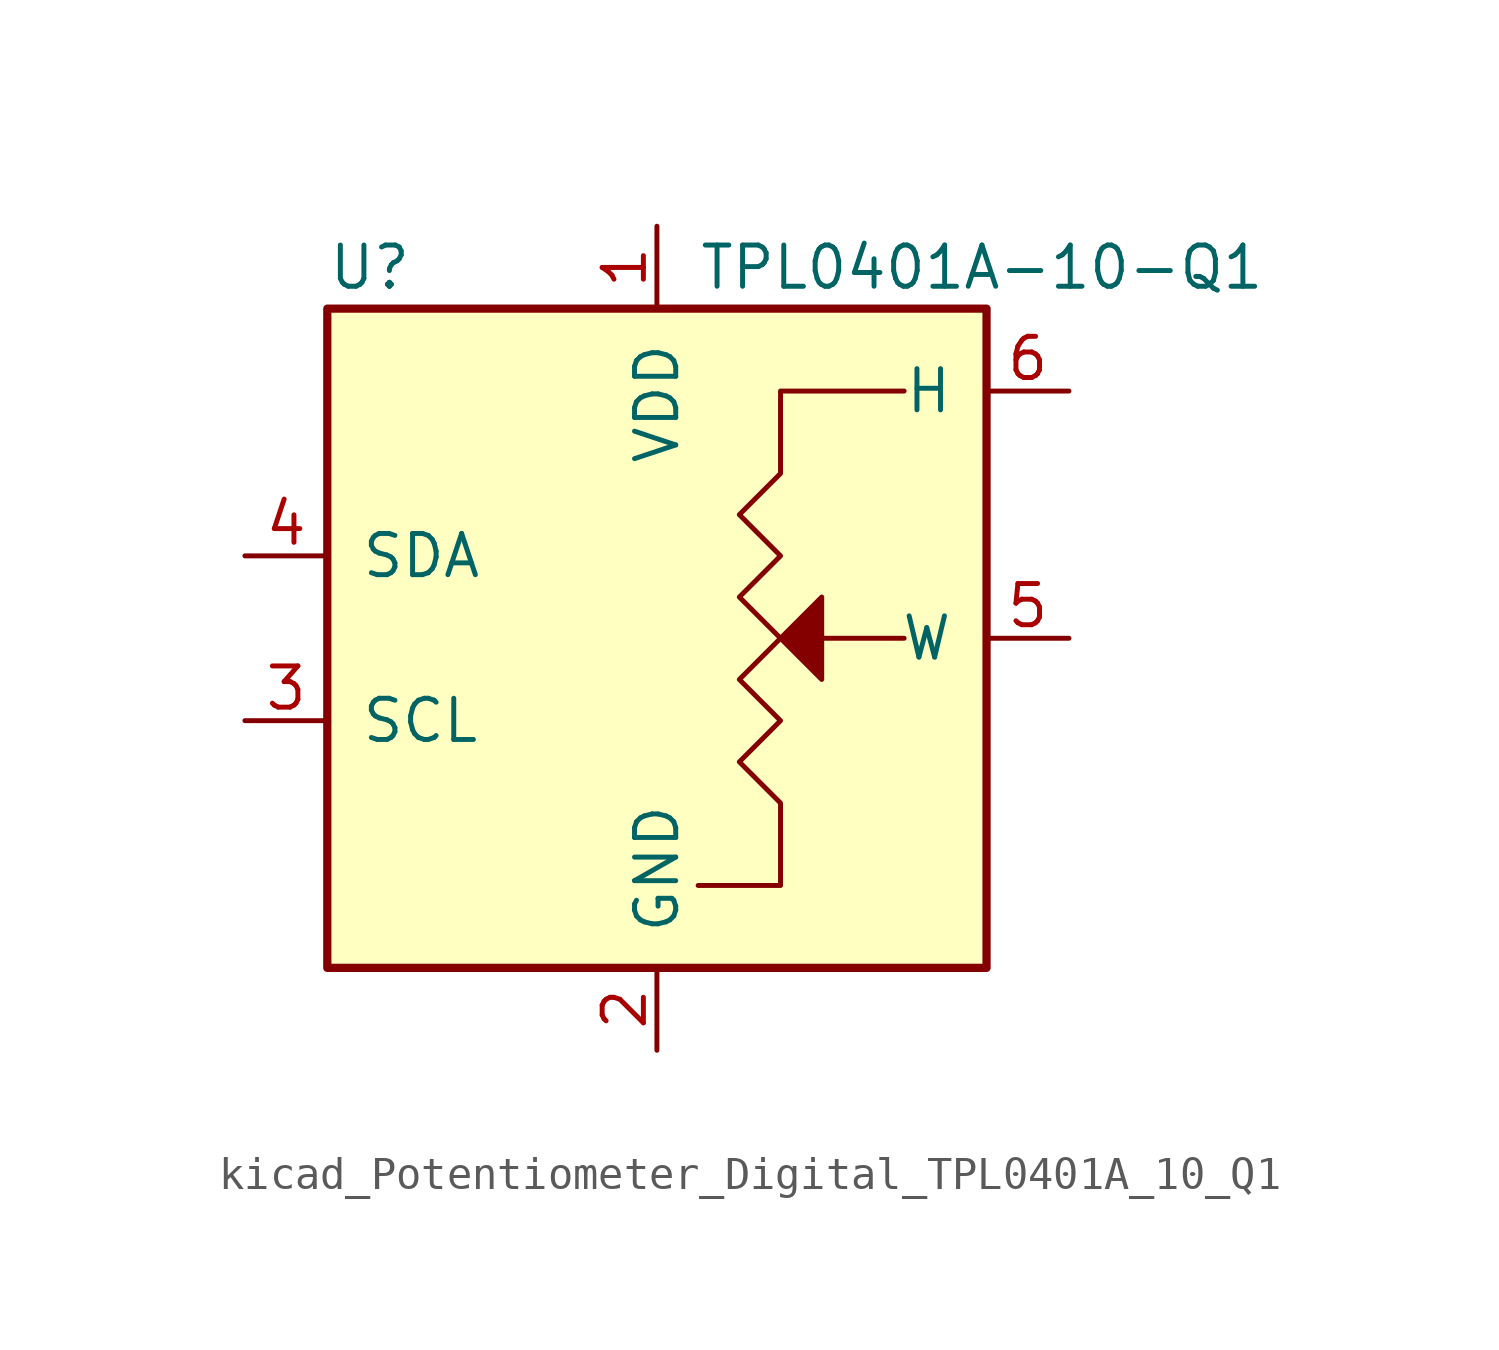
<source format=kicad_sym>
(kicad_symbol_lib
  (version 20220914)
  (generator kicad_symbol_editor)
  (symbol "kicad_Potentiometer_Digital_TPL0401A_10_Q1"
    (pin_names
      (offset 1.016))
    (property "Reference" "U"
      (at -10.16 11.43 0)
      (effects (font (size 1.27 1.27)) (justify left)))
    (property "Value" "TPL0401A-10-Q1"
      (at 1.27 11.43 0)
      (effects (font (size 1.27 1.27)) (justify left)))
    (symbol "kicad_Potentiometer_Digital_TPL0401A_10_Q1_0_1"
      (polyline (pts (xy 7.62 0) (xy 5.08 0)) (stroke (width 0) (type default)) (fill (type none)))
      (polyline (pts (xy 5.08 -1.27) (xy 5.08 1.27) (xy 3.81 0) (xy 5.08 -1.27) (xy 5.08 -1.27)) (stroke (width 0) (type default)) (fill (type outline)))
      (polyline (pts (xy 7.62 7.62) (xy 3.81 7.62) (xy 3.81 5.08) (xy 2.54 3.81) (xy 3.81 2.54) (xy 2.54 1.27) (xy 3.81 0) (xy 2.54 -1.27) (xy 3.81 -2.54) (xy 2.54 -3.81) (xy 3.81 -5.08) (xy 3.81 -7.62) (xy 1.27 -7.62)) (stroke (width 0) (type default)) (fill (type none))))
    (symbol "kicad_Potentiometer_Digital_TPL0401A_10_Q1_1_1"
      (rectangle (start -10.16 10.16) (end 10.16 -10.16) (stroke (width 0.254) (type default)) (fill (type background)))
      (pin power_in line (at 0 12.7 270) (length 2.54) (name "VDD" (effects (font (size 1.27 1.27)))) (number "1" (effects (font (size 1.27 1.27)))))
      (pin power_in line (at 0 -12.7 90) (length 2.54) (name "GND" (effects (font (size 1.27 1.27)))) (number "2" (effects (font (size 1.27 1.27)))))
      (pin input line (at -12.7 -2.54 0) (length 2.54) (name "SCL" (effects (font (size 1.27 1.27)))) (number "3" (effects (font (size 1.27 1.27)))))
      (pin bidirectional line (at -12.7 2.54 0) (length 2.54) (name "SDA" (effects (font (size 1.27 1.27)))) (number "4" (effects (font (size 1.27 1.27)))))
      (pin passive line (at 12.7 0 180) (length 2.54) (name "W" (effects (font (size 1.27 1.27)))) (number "5" (effects (font (size 1.27 1.27)))))
      (pin passive line (at 12.7 7.62 180) (length 2.54) (name "H" (effects (font (size 1.27 1.27)))) (number "6" (effects (font (size 1.27 1.27))))))))
</source>
